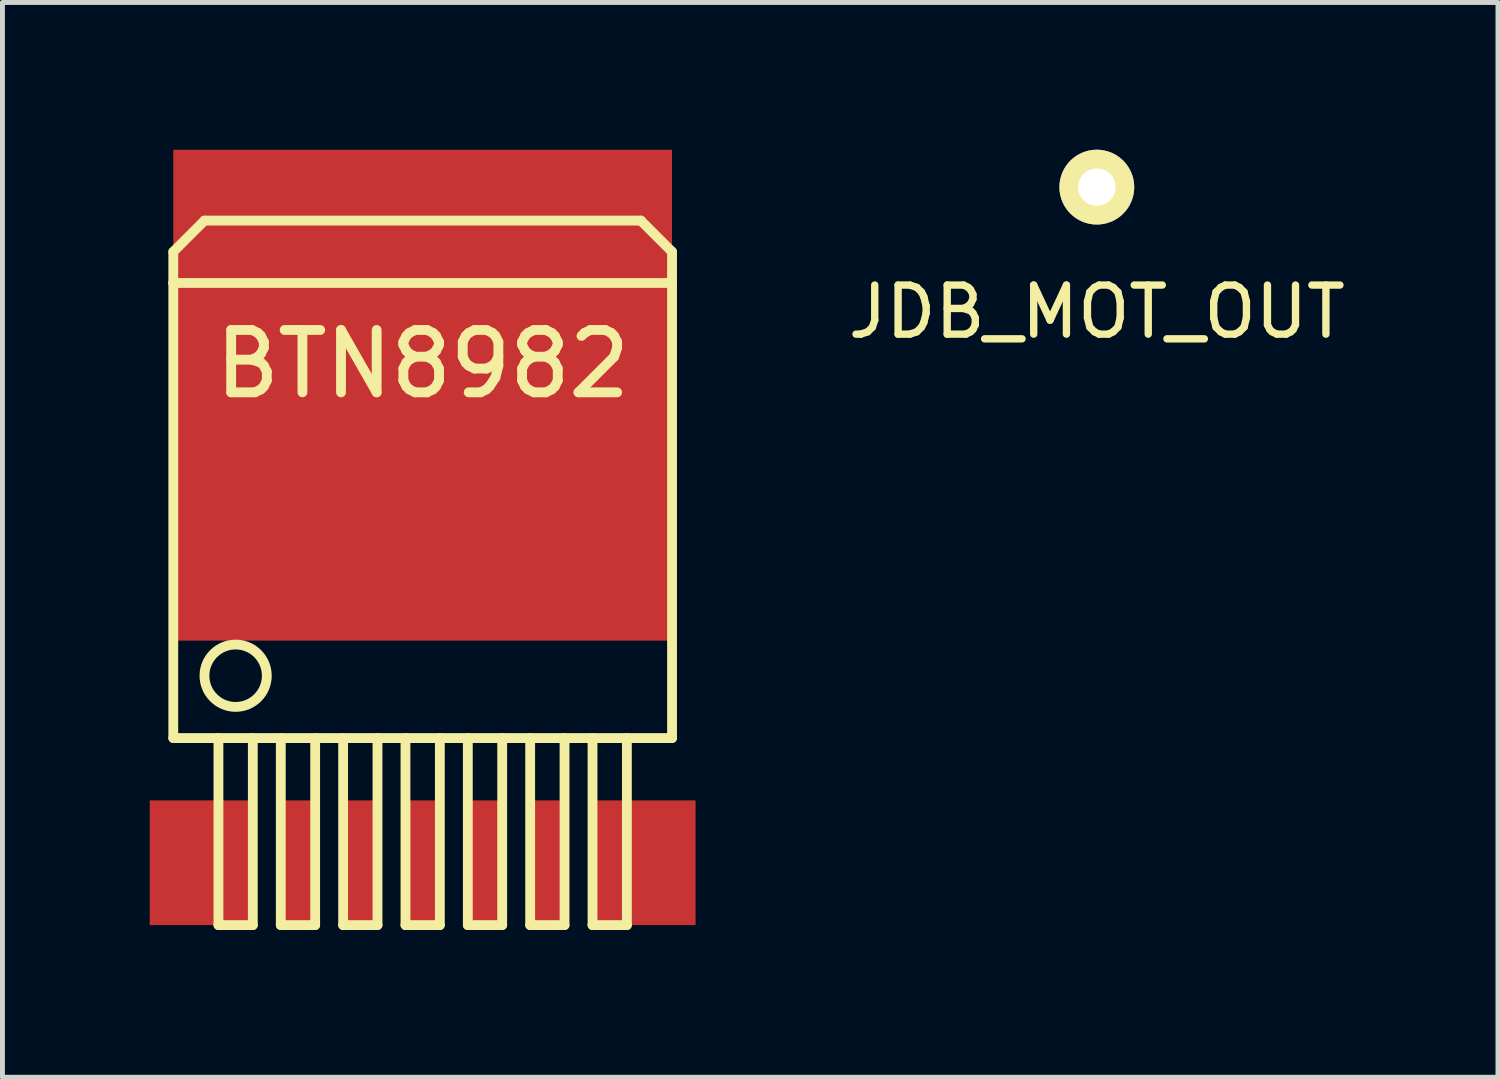
<source format=kicad_pcb>
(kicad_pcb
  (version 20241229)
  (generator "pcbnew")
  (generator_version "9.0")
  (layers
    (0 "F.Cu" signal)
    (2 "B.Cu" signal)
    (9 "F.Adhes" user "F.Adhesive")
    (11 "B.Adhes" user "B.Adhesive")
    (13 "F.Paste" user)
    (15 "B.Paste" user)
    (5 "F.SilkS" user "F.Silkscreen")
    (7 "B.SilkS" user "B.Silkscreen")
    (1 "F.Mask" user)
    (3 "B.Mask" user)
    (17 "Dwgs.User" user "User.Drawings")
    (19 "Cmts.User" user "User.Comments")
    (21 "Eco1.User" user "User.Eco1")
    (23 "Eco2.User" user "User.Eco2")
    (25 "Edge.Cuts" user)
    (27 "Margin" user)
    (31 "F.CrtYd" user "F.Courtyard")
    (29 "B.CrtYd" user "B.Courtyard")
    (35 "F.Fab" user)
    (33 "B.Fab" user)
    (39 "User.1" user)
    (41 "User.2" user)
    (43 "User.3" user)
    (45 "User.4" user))
  (footprint "JDB_MOT_OUT"
    (layer "F.Cu")
    (at 19.293 0.762)
    (property "Reference" "JDB_MOT_OUT" (at 0 2.54 0) (layer "F.SilkS") (effects (font (size 1 1) (thickness 0.15))))
    (attr through_hole)
    (pad "1" thru_hole circle (at 0 0) (size 1.524 1.524) (drill 0.762) (layers "*.Cu" "*.Mask" "F.SilkS")))
  (footprint "BTN8982"
    (layer "F.Cu")
    (at 5.56 14.525)
    (property "Reference" "BTN8982" (at 0 -10.16 0) (layer "F.SilkS") (effects (font (size 1.27 1.27) (thickness 0.2))))
    (attr smd)
    (fp_line (start -5.08 -12.446) (end -4.445 -13.081) (stroke (width 0.2) (type solid)) (layer "F.SilkS"))
    (fp_line (start -5.08 -11.811) (end -5.08 -12.446) (stroke (width 0.2) (type solid)) (layer "F.SilkS"))
    (fp_line (start -5.08 -11.811) (end -5.08 -2.54) (stroke (width 0.2) (type solid)) (layer "F.SilkS"))
    (fp_line (start -5.08 -2.54) (end 5.08 -2.54) (stroke (width 0.2) (type solid)) (layer "F.SilkS"))
    (fp_line (start -4.445 -13.081) (end 4.445 -13.081) (stroke (width 0.2) (type solid)) (layer "F.SilkS"))
    (fp_line (start -4.16 -2.54) (end -4.16 1.27) (stroke (width 0.2) (type solid)) (layer "F.SilkS"))
    (fp_line (start -4.16 1.27) (end -3.46 1.27) (stroke (width 0.2) (type solid)) (layer "F.SilkS"))
    (fp_line (start -3.46 1.27) (end -3.46 -2.54) (stroke (width 0.2) (type solid)) (layer "F.SilkS"))
    (fp_line (start -2.89 -2.54) (end -2.89 1.27) (stroke (width 0.2) (type solid)) (layer "F.SilkS"))
    (fp_line (start -2.89 1.27) (end -2.19 1.27) (stroke (width 0.2) (type solid)) (layer "F.SilkS"))
    (fp_line (start -2.19 1.27) (end -2.19 -2.54) (stroke (width 0.2) (type solid)) (layer "F.SilkS"))
    (fp_line (start -1.62 -2.54) (end -1.62 1.27) (stroke (width 0.2) (type solid)) (layer "F.SilkS"))
    (fp_line (start -1.62 1.27) (end -0.92 1.27) (stroke (width 0.2) (type solid)) (layer "F.SilkS"))
    (fp_line (start -0.92 1.27) (end -0.92 -2.54) (stroke (width 0.2) (type solid)) (layer "F.SilkS"))
    (fp_line (start -0.35 -2.54) (end -0.35 1.27) (stroke (width 0.2) (type solid)) (layer "F.SilkS"))
    (fp_line (start -0.35 1.27) (end 0.35 1.27) (stroke (width 0.2) (type solid)) (layer "F.SilkS"))
    (fp_line (start 0.35 1.27) (end 0.35 -2.54) (stroke (width 0.2) (type solid)) (layer "F.SilkS"))
    (fp_line (start 0.92 -2.54) (end 0.92 1.27) (stroke (width 0.2) (type solid)) (layer "F.SilkS"))
    (fp_line (start 0.92 1.27) (end 1.62 1.27) (stroke (width 0.2) (type solid)) (layer "F.SilkS"))
    (fp_line (start 1.62 1.27) (end 1.62 -2.54) (stroke (width 0.2) (type solid)) (layer "F.SilkS"))
    (fp_line (start 2.19 -2.54) (end 2.19 1.27) (stroke (width 0.2) (type solid)) (layer "F.SilkS"))
    (fp_line (start 2.19 1.27) (end 2.89 1.27) (stroke (width 0.2) (type solid)) (layer "F.SilkS"))
    (fp_line (start 2.89 1.27) (end 2.89 -2.54) (stroke (width 0.2) (type solid)) (layer "F.SilkS"))
    (fp_line (start 3.46 -2.54) (end 3.46 1.27) (stroke (width 0.2) (type solid)) (layer "F.SilkS"))
    (fp_line (start 3.46 1.27) (end 4.16 1.27) (stroke (width 0.2) (type solid)) (layer "F.SilkS"))
    (fp_line (start 4.16 1.27) (end 4.16 -2.54) (stroke (width 0.2) (type solid)) (layer "F.SilkS"))
    (fp_line (start 4.445 -13.081) (end 5.08 -12.446) (stroke (width 0.2) (type solid)) (layer "F.SilkS"))
    (fp_line (start 5.08 -12.446) (end 5.08 -11.811) (stroke (width 0.2) (type solid)) (layer "F.SilkS"))
    (fp_line (start 5.08 -11.811) (end -5.08 -11.811) (stroke (width 0.2) (type solid)) (layer "F.SilkS"))
    (fp_line (start 5.08 -2.54) (end 5.08 -11.811) (stroke (width 0.2) (type solid)) (layer "F.SilkS"))
    (fp_circle (center -3.81 -3.81) (end -4.445 -3.81) (stroke (width 0.2) (type solid)) (fill no) (layer "F.SilkS"))
    (pad "1" smd rect (at -4.51 0) (size 2.1 2.54) (layers "F.Cu" "F.Mask" "F.Paste"))
    (pad "2" smd rect (at -2.54 0) (size 0.7 2.54) (layers "F.Cu" "F.Mask" "F.Paste"))
    (pad "3" smd rect (at -1.27 0) (size 0.7 2.54) (layers "F.Cu" "F.Mask" "F.Paste"))
    (pad "4" smd rect (at 0 -9.525) (size 10.16 10) (layers "F.Cu" "F.Mask" "F.Paste"))
    (pad "4" smd rect (at 0 0) (size 0.7 2.54) (layers "F.Cu" "F.Mask" "F.Paste"))
    (pad "5" smd rect (at 1.27 0) (size 0.7 2.54) (layers "F.Cu" "F.Mask" "F.Paste"))
    (pad "6" smd rect (at 2.54 0) (size 0.7 2.54) (layers "F.Cu" "F.Mask" "F.Paste"))
    (pad "7" smd rect (at 4.51 0) (size 2.1 2.54) (layers "F.Cu" "F.Mask" "F.Paste")))
  (gr_rect
    (start -3 -3)
    (end 27.465 18.895)
    (stroke (width 0.1) (type default))
    (fill no)
    (layer "Edge.Cuts")))
</source>
